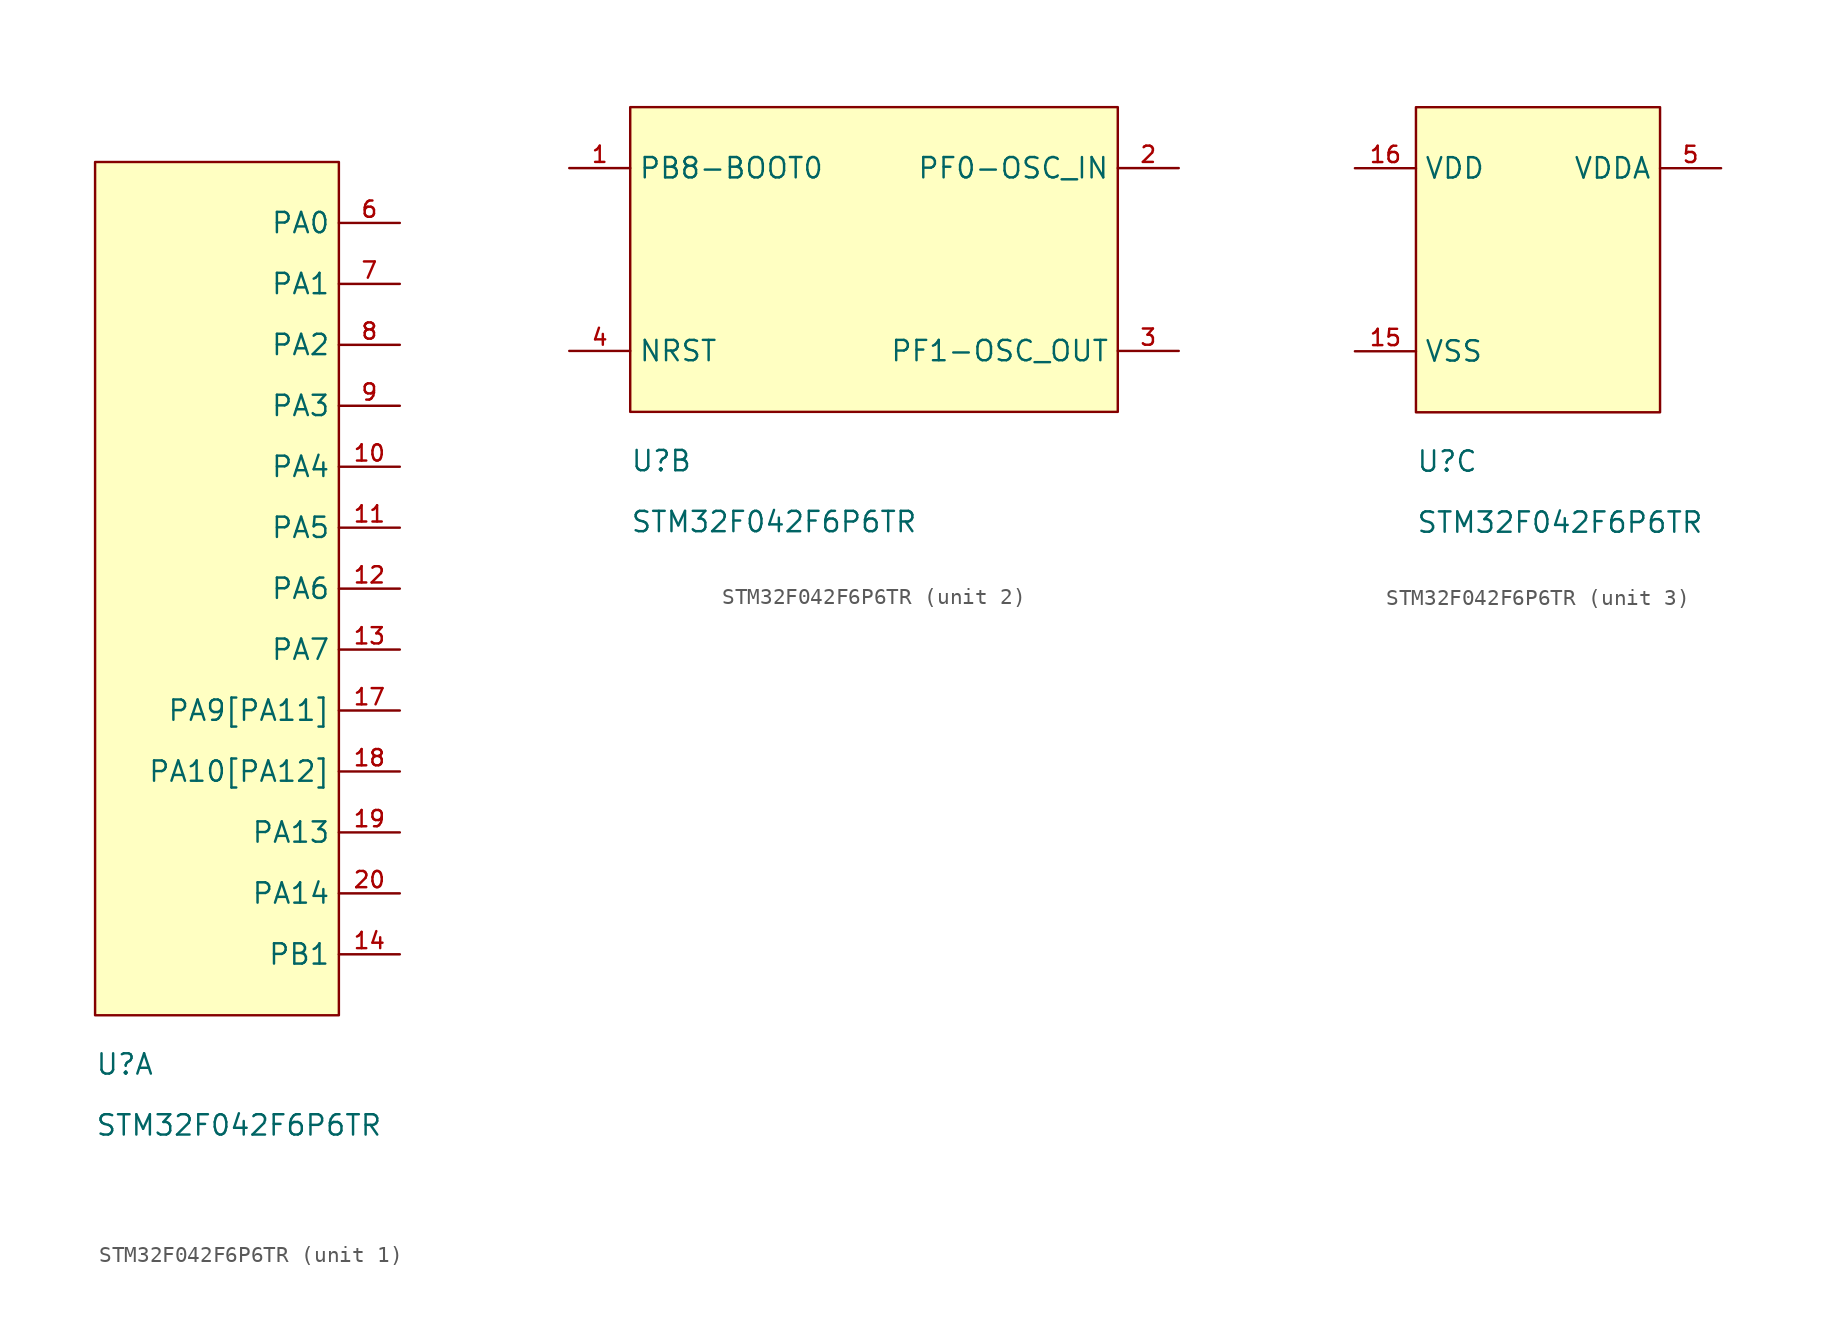
<source format=kicad_sym>
(kicad_symbol_lib
  (version 20241209)
  (generator "kicad_symbol_editor")
  (generator_version "9.0")
  (symbol "STM32F042F6P6TR"
    (property "Reference" "U"
      (at 0 -3.81 0)
      (effects (font (size 1.27 1.27)) (justify left bottom)))
    (property "Value" "STM32F042F6P6TR"
      (at 0 -7.62 0)
      (effects (font (size 1.27 1.27)) (justify left bottom)))
    (property "ki_locked" ""
      (at 0 0 0)
      (effects (font (size 1.27 1.27))))
    (symbol "STM32F042F6P6TR_1_1"
      (rectangle (start 15.24 53.34) (end 0 0) (stroke (width 0) (type solid)) (fill (type background)))
      (pin passive line (at 19.05 49.53 180) (length 3.81) (name "PA0" (effects (font (size 1.27 1.27)))) (number "6" (effects (font (size 1.016 1.016)))))
      (pin passive line (at 19.05 45.72 180) (length 3.81) (name "PA1" (effects (font (size 1.27 1.27)))) (number "7" (effects (font (size 1.016 1.016)))))
      (pin passive line (at 19.05 41.91 180) (length 3.81) (name "PA2" (effects (font (size 1.27 1.27)))) (number "8" (effects (font (size 1.016 1.016)))))
      (pin passive line (at 19.05 38.1 180) (length 3.81) (name "PA3" (effects (font (size 1.27 1.27)))) (number "9" (effects (font (size 1.016 1.016)))))
      (pin passive line (at 19.05 34.29 180) (length 3.81) (name "PA4" (effects (font (size 1.27 1.27)))) (number "10" (effects (font (size 1.016 1.016)))))
      (pin passive line (at 19.05 30.48 180) (length 3.81) (name "PA5" (effects (font (size 1.27 1.27)))) (number "11" (effects (font (size 1.016 1.016)))))
      (pin passive line (at 19.05 26.67 180) (length 3.81) (name "PA6" (effects (font (size 1.27 1.27)))) (number "12" (effects (font (size 1.016 1.016)))))
      (pin passive line (at 19.05 22.86 180) (length 3.81) (name "PA7" (effects (font (size 1.27 1.27)))) (number "13" (effects (font (size 1.016 1.016)))))
      (pin passive line (at 19.05 19.05 180) (length 3.81) (name "PA9[PA11]" (effects (font (size 1.27 1.27)))) (number "17" (effects (font (size 1.016 1.016)))))
      (pin passive line (at 19.05 15.24 180) (length 3.81) (name "PA10[PA12]" (effects (font (size 1.27 1.27)))) (number "18" (effects (font (size 1.016 1.016)))))
      (pin passive line (at 19.05 11.43 180) (length 3.81) (name "PA13" (effects (font (size 1.27 1.27)))) (number "19" (effects (font (size 1.016 1.016)))))
      (pin passive line (at 19.05 7.62 180) (length 3.81) (name "PA14" (effects (font (size 1.27 1.27)))) (number "20" (effects (font (size 1.016 1.016)))))
      (pin passive line (at 19.05 3.81 180) (length 3.81) (name "PB1" (effects (font (size 1.27 1.27)))) (number "14" (effects (font (size 1.016 1.016))))))
    (symbol "STM32F042F6P6TR_2_1"
      (rectangle (start 0 19.05) (end 30.48 0) (stroke (width 0) (type solid)) (fill (type background)))
      (pin passive line (at -3.81 15.24 0) (length 3.81) (name "PB8-BOOT0" (effects (font (size 1.27 1.27)))) (number "1" (effects (font (size 1.016 1.016)))))
      (pin passive line (at -3.81 3.81 0) (length 3.81) (name "NRST" (effects (font (size 1.27 1.27)))) (number "4" (effects (font (size 1.016 1.016)))))
      (pin passive line (at 34.29 15.24 180) (length 3.81) (name "PF0-OSC_IN" (effects (font (size 1.27 1.27)))) (number "2" (effects (font (size 1.016 1.016)))))
      (pin passive line (at 34.29 3.81 180) (length 3.81) (name "PF1-OSC_OUT" (effects (font (size 1.27 1.27)))) (number "3" (effects (font (size 1.016 1.016))))))
    (symbol "STM32F042F6P6TR_3_1"
      (rectangle (start 0 19.05) (end 15.24 0) (stroke (width 0) (type solid)) (fill (type background)))
      (pin passive line (at -3.81 15.24 0) (length 3.81) (name "VDD" (effects (font (size 1.27 1.27)))) (number "16" (effects (font (size 1.016 1.016)))))
      (pin passive line (at -3.81 3.81 0) (length 3.81) (name "VSS" (effects (font (size 1.27 1.27)))) (number "15" (effects (font (size 1.016 1.016)))))
      (pin passive line (at 19.05 15.24 180) (length 3.81) (name "VDDA" (effects (font (size 1.27 1.27)))) (number "5" (effects (font (size 1.016 1.016))))))))
</source>
